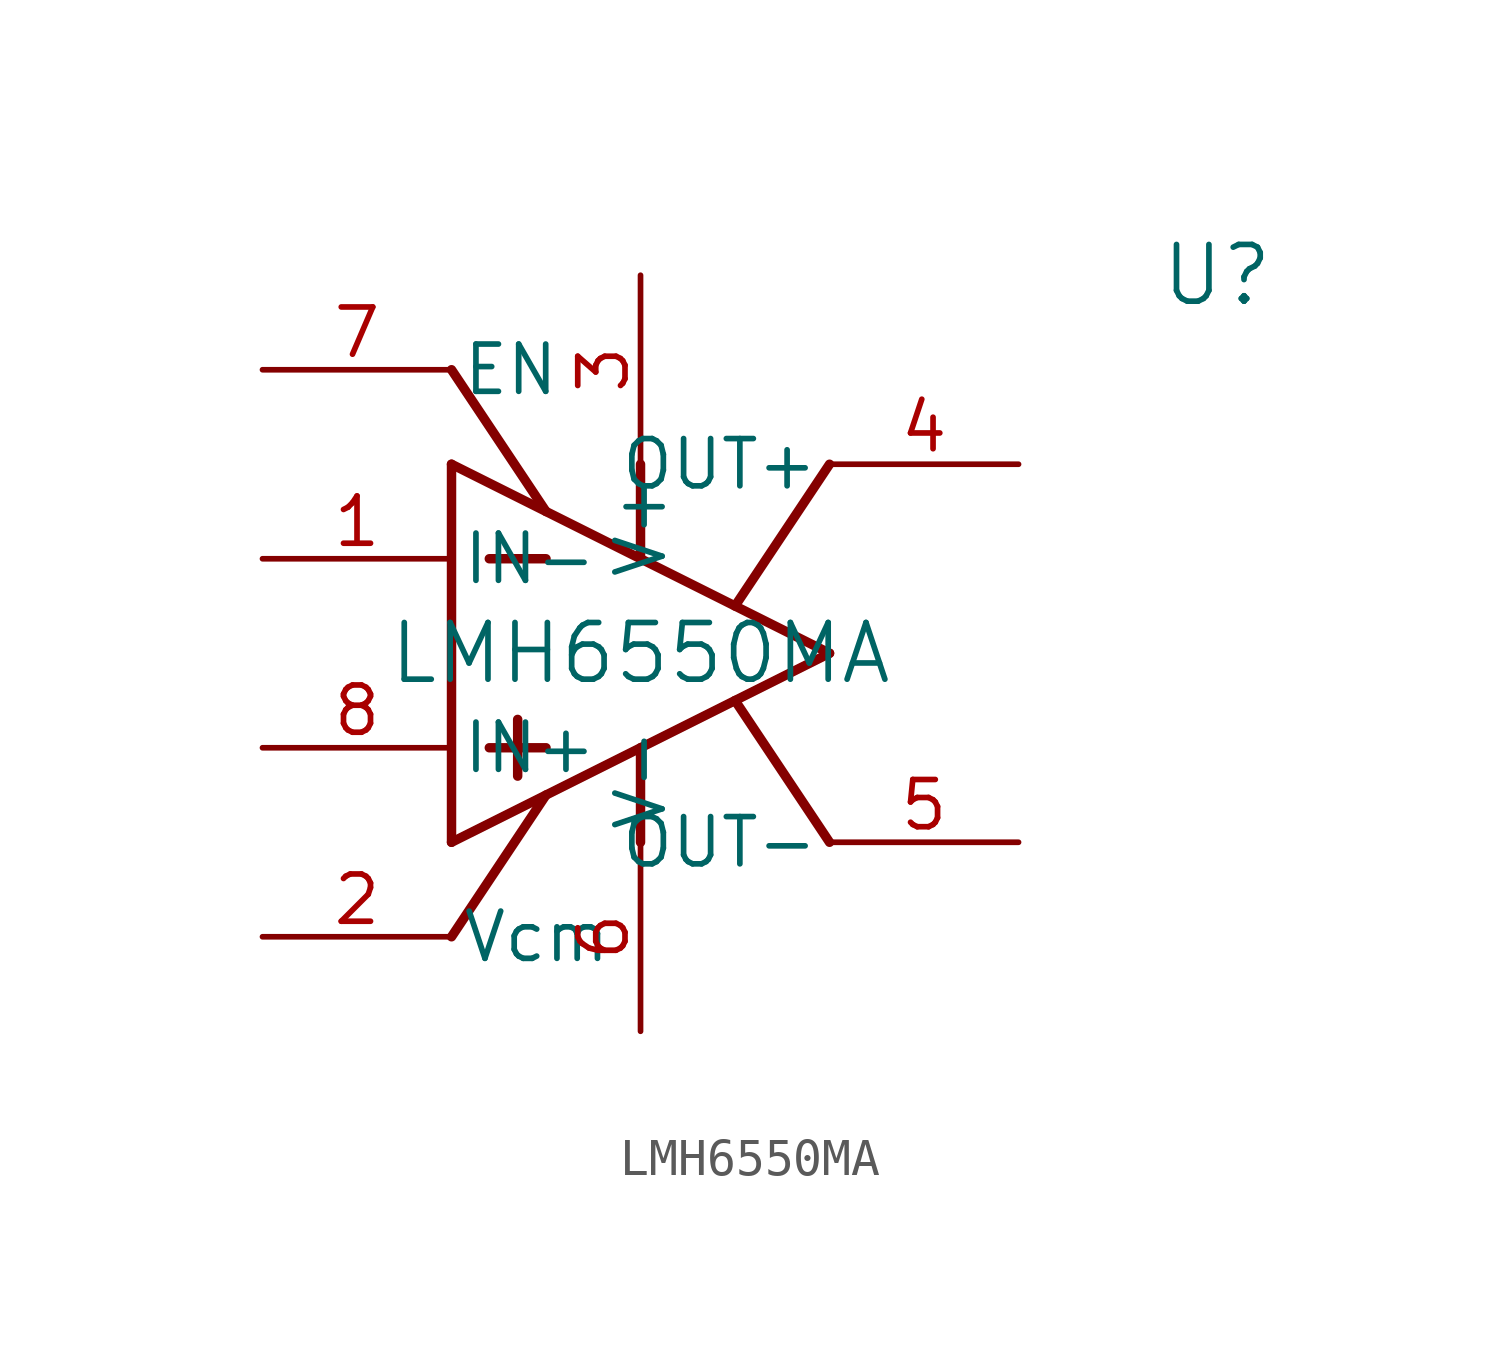
<source format=kicad_sym>
(kicad_symbol_lib
  (version 20211014)
  (generator kicad_symbol_editor)
  (symbol "LMH6550MA"
    (pin_names
      (offset 0.254))
    (property "Reference" "U"
      (at 15.494 10.16 0)
      (effects (font (size 1.524 1.524))))
    (property "Value" "LMH6550MA"
      (at 0 0 0)
      (effects (font (size 1.524 1.524))))
    (symbol "LMH6550MA_0_1"
      (polyline (pts (xy -5.08 5.08) (xy 5.08 0)) (stroke (width 0.254) (type default) (color 0 0 0 0)) (fill (type none)))
      (polyline (pts (xy -5.08 -5.08) (xy 5.08 0)) (stroke (width 0.254) (type default) (color 0 0 0 0)) (fill (type none)))
      (polyline (pts (xy -5.08 5.08) (xy -5.08 -5.08)) (stroke (width 0.254) (type default) (color 0 0 0 0)) (fill (type none)))
      (polyline (pts (xy -4.064 2.54) (xy -2.54 2.54)) (stroke (width 0.254) (type default) (color 0 0 0 0)) (fill (type none)))
      (polyline (pts (xy -4.064 -2.54) (xy -2.54 -2.54)) (stroke (width 0.254) (type default) (color 0 0 0 0)) (fill (type none)))
      (polyline (pts (xy -3.302 -1.778) (xy -3.302 -3.302)) (stroke (width 0.254) (type default) (color 0 0 0 0)) (fill (type none)))
      (polyline (pts (xy 0 5.08) (xy 0 2.54)) (stroke (width 0.254) (type default) (color 0 0 0 0)) (fill (type none)))
      (polyline (pts (xy 0 -2.54) (xy 0 -5.08)) (stroke (width 0.254) (type default) (color 0 0 0 0)) (fill (type none)))
      (polyline (pts (xy 2.54 1.27) (xy 5.08 5.08)) (stroke (width 0.254) (type default) (color 0 0 0 0)) (fill (type none)))
      (polyline (pts (xy 2.54 -1.27) (xy 5.08 -5.08)) (stroke (width 0.254) (type default) (color 0 0 0 0)) (fill (type none)))
      (polyline (pts (xy -5.08 7.62) (xy -2.54 3.81)) (stroke (width 0.254) (type default) (color 0 0 0 0)) (fill (type none)))
      (polyline (pts (xy -5.08 -7.62) (xy -2.54 -3.81)) (stroke (width 0.254) (type default) (color 0 0 0 0)) (fill (type none)))
      (pin input line (at -10.16 2.54 0) (length 5.08) (name "IN-" (effects (font (size 1.27 1.27)))) (number "1" (effects (font (size 1.27 1.27)))))
      (pin input line (at -10.16 -2.54 0) (length 5.08) (name "IN+" (effects (font (size 1.27 1.27)))) (number "8" (effects (font (size 1.27 1.27)))))
      (pin power_in line (at 0 10.16 270) (length 5.08) (name "V+" (effects (font (size 1.27 1.27)))) (number "3" (effects (font (size 1.27 1.27)))))
      (pin power_in line (at 0 -10.16 90) (length 5.08) (name "V-" (effects (font (size 1.27 1.27)))) (number "6" (effects (font (size 1.27 1.27)))))
      (pin output line (at 10.16 5.08 180) (length 5.08) (name "OUT+" (effects (font (size 1.27 1.27)))) (number "4" (effects (font (size 1.27 1.27)))))
      (pin output line (at 10.16 -5.08 180) (length 5.08) (name "OUT-" (effects (font (size 1.27 1.27)))) (number "5" (effects (font (size 1.27 1.27)))))
      (pin input line (at -10.16 -7.62 0) (length 5.08) (name "Vcm" (effects (font (size 1.27 1.27)))) (number "2" (effects (font (size 1.27 1.27)))))
      (pin passive line (at -10.16 7.62 0) (length 5.08) (name "EN" (effects (font (size 1.27 1.27)))) (number "7" (effects (font (size 1.27 1.27))))))))
</source>
